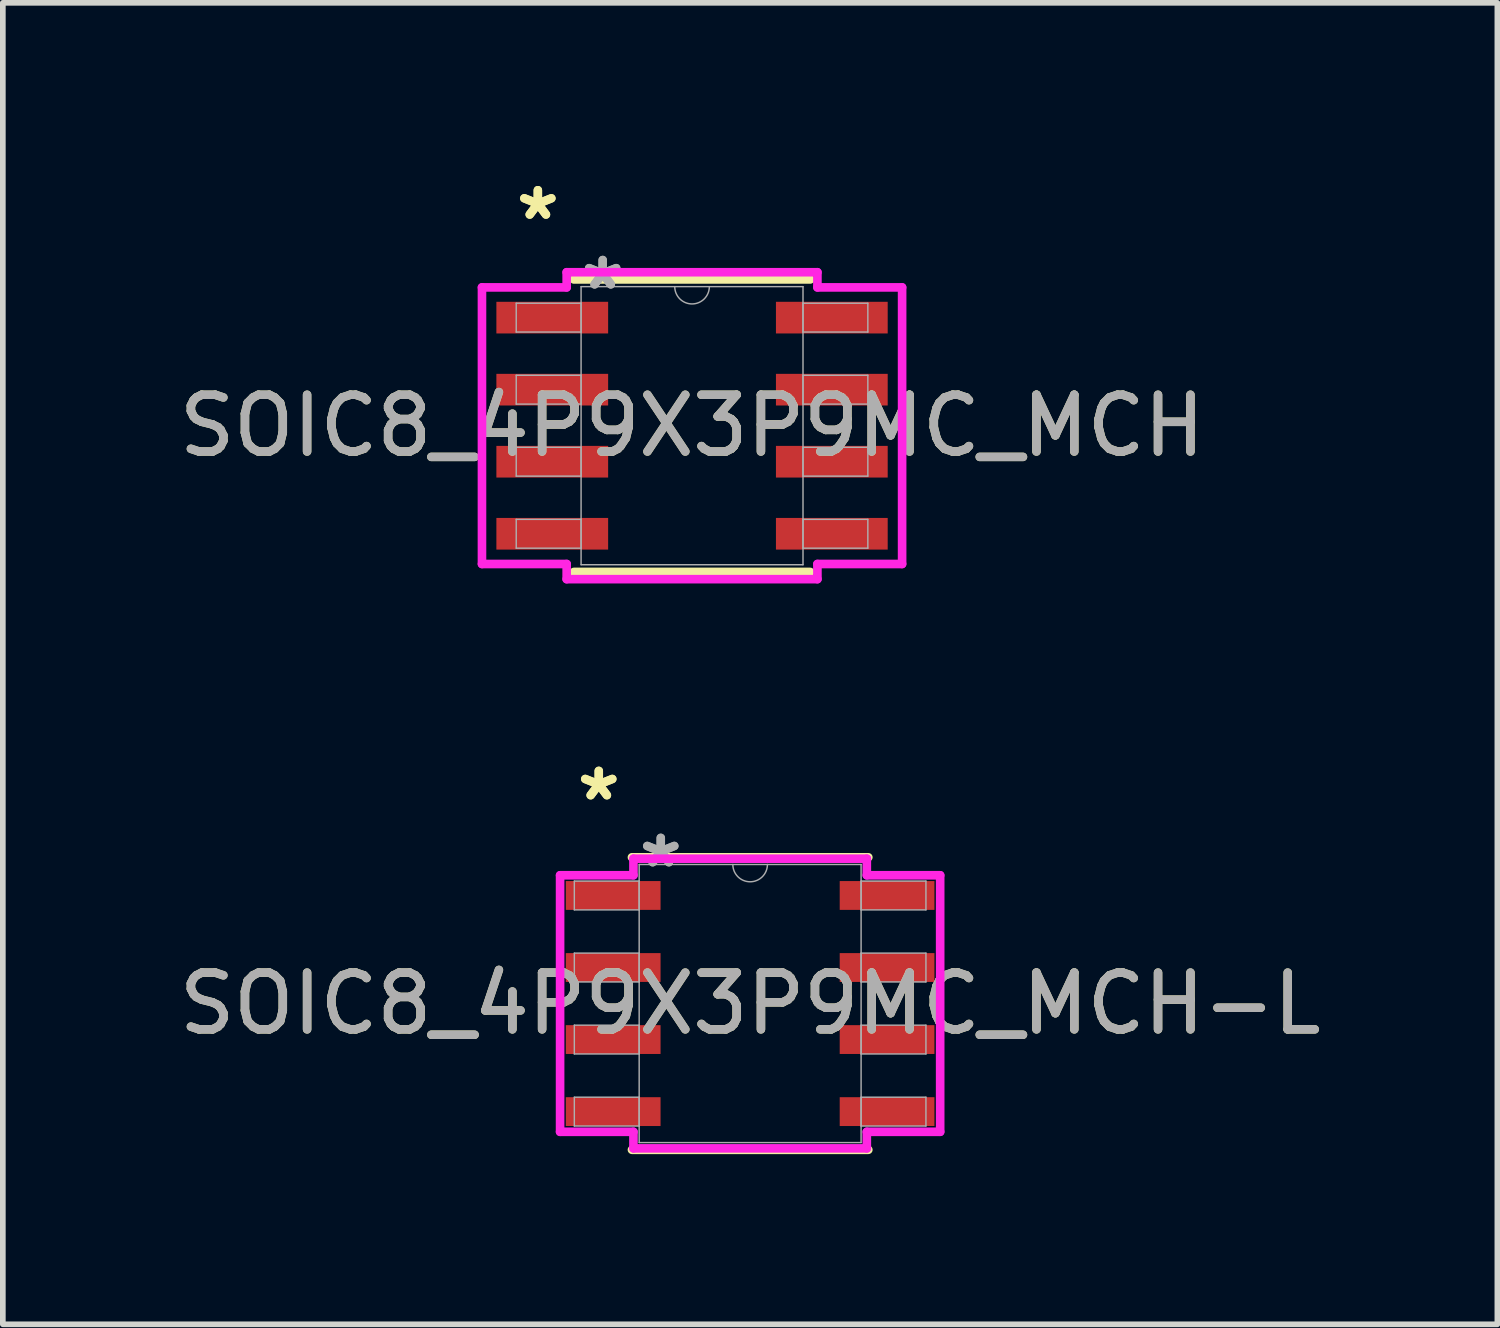
<source format=kicad_pcb>
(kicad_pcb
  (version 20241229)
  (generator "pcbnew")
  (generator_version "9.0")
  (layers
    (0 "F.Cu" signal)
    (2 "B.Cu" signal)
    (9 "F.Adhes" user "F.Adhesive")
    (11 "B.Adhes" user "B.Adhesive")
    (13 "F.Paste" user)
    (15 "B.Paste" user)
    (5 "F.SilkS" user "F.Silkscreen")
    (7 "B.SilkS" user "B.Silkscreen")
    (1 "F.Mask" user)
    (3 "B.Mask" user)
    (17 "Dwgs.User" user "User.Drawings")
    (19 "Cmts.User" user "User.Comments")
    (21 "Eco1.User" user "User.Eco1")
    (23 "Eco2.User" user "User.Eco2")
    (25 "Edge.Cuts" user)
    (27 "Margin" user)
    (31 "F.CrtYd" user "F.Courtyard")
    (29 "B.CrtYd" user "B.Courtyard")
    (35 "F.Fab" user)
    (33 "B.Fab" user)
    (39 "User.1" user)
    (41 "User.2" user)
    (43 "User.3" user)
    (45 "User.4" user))
  (footprint "SOIC8_4P9X3P9MC_MCH"
    (layer "F.Cu")
    (at 9.149 4.454)
    (property "Reference" "SOIC8_4P9X3P9MC_MCH" (at 0 0 0) (unlocked yes) (layer "F.SilkS") (effects (font (size 1 1) (thickness 0.15))))
    (attr smd)
    (fp_line (start -2.083 2.578) (end 2.083 2.578) (stroke (width 0.152) (type solid)) (layer "F.SilkS"))
    (fp_line (start 2.083 -2.578) (end -2.083 -2.578) (stroke (width 0.152) (type solid)) (layer "F.SilkS"))
    (fp_line (start -3.703 -2.438) (end -2.21 -2.438) (stroke (width 0.152) (type solid)) (layer "F.CrtYd"))
    (fp_line (start -3.703 2.438) (end -3.703 -2.438) (stroke (width 0.152) (type solid)) (layer "F.CrtYd"))
    (fp_line (start -3.703 2.438) (end -2.21 2.438) (stroke (width 0.152) (type solid)) (layer "F.CrtYd"))
    (fp_line (start -2.21 -2.705) (end 2.21 -2.705) (stroke (width 0.152) (type solid)) (layer "F.CrtYd"))
    (fp_line (start -2.21 -2.438) (end -2.21 -2.705) (stroke (width 0.152) (type solid)) (layer "F.CrtYd"))
    (fp_line (start -2.21 2.705) (end -2.21 2.438) (stroke (width 0.152) (type solid)) (layer "F.CrtYd"))
    (fp_line (start 2.21 -2.705) (end 2.21 -2.438) (stroke (width 0.152) (type solid)) (layer "F.CrtYd"))
    (fp_line (start 2.21 2.438) (end 2.21 2.705) (stroke (width 0.152) (type solid)) (layer "F.CrtYd"))
    (fp_line (start 2.21 2.705) (end -2.21 2.705) (stroke (width 0.152) (type solid)) (layer "F.CrtYd"))
    (fp_line (start 3.703 -2.438) (end 2.21 -2.438) (stroke (width 0.152) (type solid)) (layer "F.CrtYd"))
    (fp_line (start 3.703 -2.438) (end 3.703 2.438) (stroke (width 0.152) (type solid)) (layer "F.CrtYd"))
    (fp_line (start 3.703 2.438) (end 2.21 2.438) (stroke (width 0.152) (type solid)) (layer "F.CrtYd"))
    (fp_line (start -3.099 -2.159) (end -3.099 -1.651) (stroke (width 0.025) (type solid)) (layer "F.Fab"))
    (fp_line (start -3.099 -1.651) (end -1.956 -1.651) (stroke (width 0.025) (type solid)) (layer "F.Fab"))
    (fp_line (start -3.099 -0.889) (end -3.099 -0.381) (stroke (width 0.025) (type solid)) (layer "F.Fab"))
    (fp_line (start -3.099 -0.381) (end -1.956 -0.381) (stroke (width 0.025) (type solid)) (layer "F.Fab"))
    (fp_line (start -3.099 0.381) (end -3.099 0.889) (stroke (width 0.025) (type solid)) (layer "F.Fab"))
    (fp_line (start -3.099 0.889) (end -1.956 0.889) (stroke (width 0.025) (type solid)) (layer "F.Fab"))
    (fp_line (start -3.099 1.651) (end -3.099 2.159) (stroke (width 0.025) (type solid)) (layer "F.Fab"))
    (fp_line (start -3.099 2.159) (end -1.956 2.159) (stroke (width 0.025) (type solid)) (layer "F.Fab"))
    (fp_line (start -1.956 -2.451) (end -1.956 2.451) (stroke (width 0.025) (type solid)) (layer "F.Fab"))
    (fp_line (start -1.956 -2.159) (end -3.099 -2.159) (stroke (width 0.025) (type solid)) (layer "F.Fab"))
    (fp_line (start -1.956 -1.651) (end -1.956 -2.159) (stroke (width 0.025) (type solid)) (layer "F.Fab"))
    (fp_line (start -1.956 -0.889) (end -3.099 -0.889) (stroke (width 0.025) (type solid)) (layer "F.Fab"))
    (fp_line (start -1.956 -0.381) (end -1.956 -0.889) (stroke (width 0.025) (type solid)) (layer "F.Fab"))
    (fp_line (start -1.956 0.381) (end -3.099 0.381) (stroke (width 0.025) (type solid)) (layer "F.Fab"))
    (fp_line (start -1.956 0.889) (end -1.956 0.381) (stroke (width 0.025) (type solid)) (layer "F.Fab"))
    (fp_line (start -1.956 1.651) (end -3.099 1.651) (stroke (width 0.025) (type solid)) (layer "F.Fab"))
    (fp_line (start -1.956 2.159) (end -1.956 1.651) (stroke (width 0.025) (type solid)) (layer "F.Fab"))
    (fp_line (start -1.956 2.451) (end 1.956 2.451) (stroke (width 0.025) (type solid)) (layer "F.Fab"))
    (fp_line (start 1.956 -2.451) (end -1.956 -2.451) (stroke (width 0.025) (type solid)) (layer "F.Fab"))
    (fp_line (start 1.956 -2.159) (end 1.956 -1.651) (stroke (width 0.025) (type solid)) (layer "F.Fab"))
    (fp_line (start 1.956 -1.651) (end 3.099 -1.651) (stroke (width 0.025) (type solid)) (layer "F.Fab"))
    (fp_line (start 1.956 -0.889) (end 1.956 -0.381) (stroke (width 0.025) (type solid)) (layer "F.Fab"))
    (fp_line (start 1.956 -0.381) (end 3.099 -0.381) (stroke (width 0.025) (type solid)) (layer "F.Fab"))
    (fp_line (start 1.956 0.381) (end 1.956 0.889) (stroke (width 0.025) (type solid)) (layer "F.Fab"))
    (fp_line (start 1.956 0.889) (end 3.099 0.889) (stroke (width 0.025) (type solid)) (layer "F.Fab"))
    (fp_line (start 1.956 1.651) (end 1.956 2.159) (stroke (width 0.025) (type solid)) (layer "F.Fab"))
    (fp_line (start 1.956 2.159) (end 3.099 2.159) (stroke (width 0.025) (type solid)) (layer "F.Fab"))
    (fp_line (start 1.956 2.451) (end 1.956 -2.451) (stroke (width 0.025) (type solid)) (layer "F.Fab"))
    (fp_line (start 3.099 -2.159) (end 1.956 -2.159) (stroke (width 0.025) (type solid)) (layer "F.Fab"))
    (fp_line (start 3.099 -1.651) (end 3.099 -2.159) (stroke (width 0.025) (type solid)) (layer "F.Fab"))
    (fp_line (start 3.099 -0.889) (end 1.956 -0.889) (stroke (width 0.025) (type solid)) (layer "F.Fab"))
    (fp_line (start 3.099 -0.381) (end 3.099 -0.889) (stroke (width 0.025) (type solid)) (layer "F.Fab"))
    (fp_line (start 3.099 0.381) (end 1.956 0.381) (stroke (width 0.025) (type solid)) (layer "F.Fab"))
    (fp_line (start 3.099 0.889) (end 3.099 0.381) (stroke (width 0.025) (type solid)) (layer "F.Fab"))
    (fp_line (start 3.099 1.651) (end 1.956 1.651) (stroke (width 0.025) (type solid)) (layer "F.Fab"))
    (fp_line (start 3.099 2.159) (end 3.099 1.651) (stroke (width 0.025) (type solid)) (layer "F.Fab"))
    (fp_arc (start 0.3048 -2.4511) (mid 0 -2.1463) (end -0.3048 -2.4511) (stroke (width 0.0254) (type solid)) (layer "F.Fab"))
    (fp_text user "*" (at -2.718 -3.606 0) (layer "F.SilkS") (effects (font (size 1 1) (thickness 0.15))))
    (fp_text user "*" (at -2.718 -3.606 0) (unlocked yes) (layer "F.SilkS") (effects (font (size 1 1) (thickness 0.15))))
    (fp_text user "*" (at -1.575 -2.375 0) (unlocked yes) (layer "F.Fab") (effects (font (size 1 1) (thickness 0.15))))
    (fp_text user "${REFERENCE}" (at 0 0 0) (unlocked yes) (layer "F.Fab") (effects (font (size 1 1) (thickness 0.15))))
    (fp_text user "*" (at -1.575 -2.375 0) (layer "F.Fab") (effects (font (size 1 1) (thickness 0.15))))
    (pad "1" smd rect (at -2.464 -1.905) (size 1.97 0.558) (layers "F.Cu" "F.Mask" "F.Paste"))
    (pad "2" smd rect (at -2.464 -0.635) (size 1.97 0.558) (layers "F.Cu" "F.Mask" "F.Paste"))
    (pad "3" smd rect (at -2.464 0.635) (size 1.97 0.558) (layers "F.Cu" "F.Mask" "F.Paste"))
    (pad "4" smd rect (at -2.464 1.905) (size 1.97 0.558) (layers "F.Cu" "F.Mask" "F.Paste"))
    (pad "5" smd rect (at 2.464 1.905) (size 1.97 0.558) (layers "F.Cu" "F.Mask" "F.Paste"))
    (pad "6" smd rect (at 2.464 0.635) (size 1.97 0.558) (layers "F.Cu" "F.Mask" "F.Paste"))
    (pad "7" smd rect (at 2.464 -0.635) (size 1.97 0.558) (layers "F.Cu" "F.Mask" "F.Paste"))
    (pad "8" smd rect (at 2.464 -1.905) (size 1.97 0.558) (layers "F.Cu" "F.Mask" "F.Paste")))
  (footprint "SOIC8_4P9X3P9MC_MCH-L"
    (layer "F.Cu")
    (at 10.173 14.64)
    (property "Reference" "SOIC8_4P9X3P9MC_MCH-L" (at 0 0 0) (unlocked yes) (layer "F.SilkS") (effects (font (size 1 1) (thickness 0.15))))
    (attr smd)
    (fp_line (start -2.083 2.578) (end 2.083 2.578) (stroke (width 0.152) (type solid)) (layer "F.SilkS"))
    (fp_line (start 2.083 -2.578) (end -2.083 -2.578) (stroke (width 0.152) (type solid)) (layer "F.SilkS"))
    (fp_line (start -3.35 -2.261) (end -2.057 -2.261) (stroke (width 0.152) (type solid)) (layer "F.CrtYd"))
    (fp_line (start -3.35 2.261) (end -3.35 -2.261) (stroke (width 0.152) (type solid)) (layer "F.CrtYd"))
    (fp_line (start -3.35 2.261) (end -2.057 2.261) (stroke (width 0.152) (type solid)) (layer "F.CrtYd"))
    (fp_line (start -2.057 -2.553) (end 2.057 -2.553) (stroke (width 0.152) (type solid)) (layer "F.CrtYd"))
    (fp_line (start -2.057 -2.261) (end -2.057 -2.553) (stroke (width 0.152) (type solid)) (layer "F.CrtYd"))
    (fp_line (start -2.057 2.553) (end -2.057 2.261) (stroke (width 0.152) (type solid)) (layer "F.CrtYd"))
    (fp_line (start 2.057 -2.553) (end 2.057 -2.261) (stroke (width 0.152) (type solid)) (layer "F.CrtYd"))
    (fp_line (start 2.057 2.261) (end 2.057 2.553) (stroke (width 0.152) (type solid)) (layer "F.CrtYd"))
    (fp_line (start 2.057 2.553) (end -2.057 2.553) (stroke (width 0.152) (type solid)) (layer "F.CrtYd"))
    (fp_line (start 3.35 -2.261) (end 2.057 -2.261) (stroke (width 0.152) (type solid)) (layer "F.CrtYd"))
    (fp_line (start 3.35 -2.261) (end 3.35 2.261) (stroke (width 0.152) (type solid)) (layer "F.CrtYd"))
    (fp_line (start 3.35 2.261) (end 2.057 2.261) (stroke (width 0.152) (type solid)) (layer "F.CrtYd"))
    (fp_line (start -3.099 -2.159) (end -3.099 -1.651) (stroke (width 0.025) (type solid)) (layer "F.Fab"))
    (fp_line (start -3.099 -1.651) (end -1.956 -1.651) (stroke (width 0.025) (type solid)) (layer "F.Fab"))
    (fp_line (start -3.099 -0.889) (end -3.099 -0.381) (stroke (width 0.025) (type solid)) (layer "F.Fab"))
    (fp_line (start -3.099 -0.381) (end -1.956 -0.381) (stroke (width 0.025) (type solid)) (layer "F.Fab"))
    (fp_line (start -3.099 0.381) (end -3.099 0.889) (stroke (width 0.025) (type solid)) (layer "F.Fab"))
    (fp_line (start -3.099 0.889) (end -1.956 0.889) (stroke (width 0.025) (type solid)) (layer "F.Fab"))
    (fp_line (start -3.099 1.651) (end -3.099 2.159) (stroke (width 0.025) (type solid)) (layer "F.Fab"))
    (fp_line (start -3.099 2.159) (end -1.956 2.159) (stroke (width 0.025) (type solid)) (layer "F.Fab"))
    (fp_line (start -1.956 -2.451) (end -1.956 2.451) (stroke (width 0.025) (type solid)) (layer "F.Fab"))
    (fp_line (start -1.956 -2.159) (end -3.099 -2.159) (stroke (width 0.025) (type solid)) (layer "F.Fab"))
    (fp_line (start -1.956 -1.651) (end -1.956 -2.159) (stroke (width 0.025) (type solid)) (layer "F.Fab"))
    (fp_line (start -1.956 -0.889) (end -3.099 -0.889) (stroke (width 0.025) (type solid)) (layer "F.Fab"))
    (fp_line (start -1.956 -0.381) (end -1.956 -0.889) (stroke (width 0.025) (type solid)) (layer "F.Fab"))
    (fp_line (start -1.956 0.381) (end -3.099 0.381) (stroke (width 0.025) (type solid)) (layer "F.Fab"))
    (fp_line (start -1.956 0.889) (end -1.956 0.381) (stroke (width 0.025) (type solid)) (layer "F.Fab"))
    (fp_line (start -1.956 1.651) (end -3.099 1.651) (stroke (width 0.025) (type solid)) (layer "F.Fab"))
    (fp_line (start -1.956 2.159) (end -1.956 1.651) (stroke (width 0.025) (type solid)) (layer "F.Fab"))
    (fp_line (start -1.956 2.451) (end 1.956 2.451) (stroke (width 0.025) (type solid)) (layer "F.Fab"))
    (fp_line (start 1.956 -2.451) (end -1.956 -2.451) (stroke (width 0.025) (type solid)) (layer "F.Fab"))
    (fp_line (start 1.956 -2.159) (end 1.956 -1.651) (stroke (width 0.025) (type solid)) (layer "F.Fab"))
    (fp_line (start 1.956 -1.651) (end 3.099 -1.651) (stroke (width 0.025) (type solid)) (layer "F.Fab"))
    (fp_line (start 1.956 -0.889) (end 1.956 -0.381) (stroke (width 0.025) (type solid)) (layer "F.Fab"))
    (fp_line (start 1.956 -0.381) (end 3.099 -0.381) (stroke (width 0.025) (type solid)) (layer "F.Fab"))
    (fp_line (start 1.956 0.381) (end 1.956 0.889) (stroke (width 0.025) (type solid)) (layer "F.Fab"))
    (fp_line (start 1.956 0.889) (end 3.099 0.889) (stroke (width 0.025) (type solid)) (layer "F.Fab"))
    (fp_line (start 1.956 1.651) (end 1.956 2.159) (stroke (width 0.025) (type solid)) (layer "F.Fab"))
    (fp_line (start 1.956 2.159) (end 3.099 2.159) (stroke (width 0.025) (type solid)) (layer "F.Fab"))
    (fp_line (start 1.956 2.451) (end 1.956 -2.451) (stroke (width 0.025) (type solid)) (layer "F.Fab"))
    (fp_line (start 3.099 -2.159) (end 1.956 -2.159) (stroke (width 0.025) (type solid)) (layer "F.Fab"))
    (fp_line (start 3.099 -1.651) (end 3.099 -2.159) (stroke (width 0.025) (type solid)) (layer "F.Fab"))
    (fp_line (start 3.099 -0.889) (end 1.956 -0.889) (stroke (width 0.025) (type solid)) (layer "F.Fab"))
    (fp_line (start 3.099 -0.381) (end 3.099 -0.889) (stroke (width 0.025) (type solid)) (layer "F.Fab"))
    (fp_line (start 3.099 0.381) (end 1.956 0.381) (stroke (width 0.025) (type solid)) (layer "F.Fab"))
    (fp_line (start 3.099 0.889) (end 3.099 0.381) (stroke (width 0.025) (type solid)) (layer "F.Fab"))
    (fp_line (start 3.099 1.651) (end 1.956 1.651) (stroke (width 0.025) (type solid)) (layer "F.Fab"))
    (fp_line (start 3.099 2.159) (end 3.099 1.651) (stroke (width 0.025) (type solid)) (layer "F.Fab"))
    (fp_arc (start 0.3048 -2.4511) (mid 0 -2.1463) (end -0.3048 -2.4511) (stroke (width 0.0254) (type solid)) (layer "F.Fab"))
    (fp_text user "*" (at -2.668 -3.556 0) (unlocked yes) (layer "F.SilkS") (effects (font (size 1 1) (thickness 0.15))))
    (fp_text user "*" (at -2.668 -3.556 0) (layer "F.SilkS") (effects (font (size 1 1) (thickness 0.15))))
    (fp_text user "*" (at -1.575 -2.375 0) (layer "F.Fab") (effects (font (size 1 1) (thickness 0.15))))
    (fp_text user "${REFERENCE}" (at 0 0 0) (unlocked yes) (layer "F.Fab") (effects (font (size 1 1) (thickness 0.15))))
    (fp_text user "*" (at -1.575 -2.375 0) (unlocked yes) (layer "F.Fab") (effects (font (size 1 1) (thickness 0.15))))
    (pad "1" smd rect (at -2.414 -1.905) (size 1.67 0.508) (layers "F.Cu" "F.Mask" "F.Paste"))
    (pad "2" smd rect (at -2.414 -0.635) (size 1.67 0.508) (layers "F.Cu" "F.Mask" "F.Paste"))
    (pad "3" smd rect (at -2.414 0.635) (size 1.67 0.508) (layers "F.Cu" "F.Mask" "F.Paste"))
    (pad "4" smd rect (at -2.414 1.905) (size 1.67 0.508) (layers "F.Cu" "F.Mask" "F.Paste"))
    (pad "5" smd rect (at 2.414 1.905) (size 1.67 0.508) (layers "F.Cu" "F.Mask" "F.Paste"))
    (pad "6" smd rect (at 2.414 0.635) (size 1.67 0.508) (layers "F.Cu" "F.Mask" "F.Paste"))
    (pad "7" smd rect (at 2.414 -0.635) (size 1.67 0.508) (layers "F.Cu" "F.Mask" "F.Paste"))
    (pad "8" smd rect (at 2.414 -1.905) (size 1.67 0.508) (layers "F.Cu" "F.Mask" "F.Paste")))
  (gr_rect
    (start -3 -3)
    (end 23.345 20.294)
    (stroke (width 0.1) (type default))
    (fill no)
    (layer "Edge.Cuts")))
</source>
